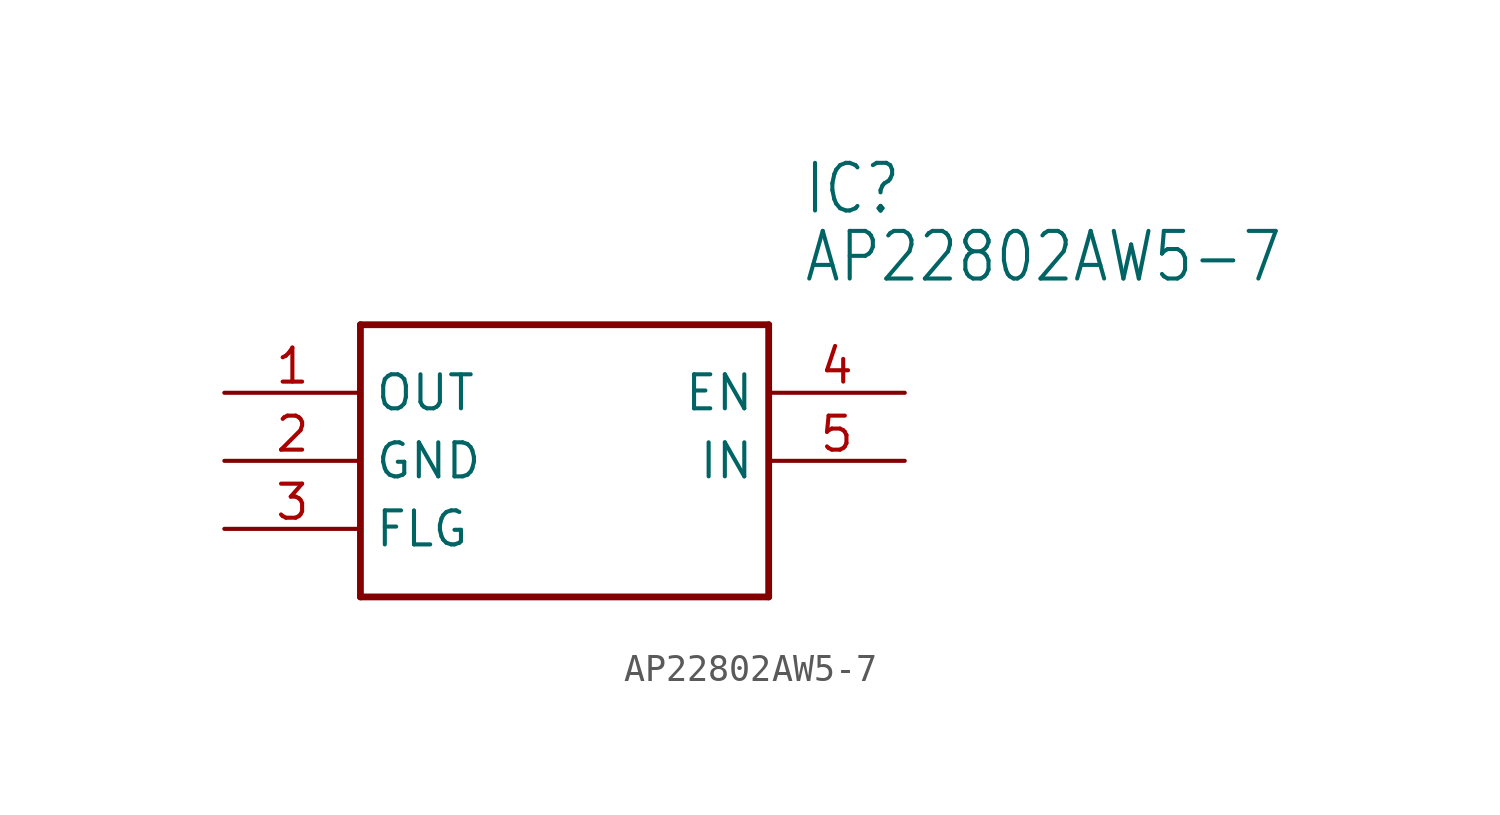
<source format=kicad_sym>
(kicad_symbol_lib
  (version 20211014)
  (generator kicad_symbol_editor)
  (symbol "AP22802AW5-7"
    (property "Reference" "IC"
      (at 21.59 7.62 0)
      (effects (font (size 1.778 1.511)) (justify left)))
    (property "Value" "AP22802AW5-7"
      (at 21.59 5.08 0)
      (effects (font (size 1.778 1.511)) (justify left)))
    (property "ki_locked" ""
      (at 0 0 0)
      (effects (font (size 1.27 1.27))))
    (symbol "AP22802AW5-7_1_0"
      (polyline (pts (xy 5.08 2.54) (xy 5.08 -7.62)) (stroke (width 0.254) (type default) (color 0 0 0 0)) (fill (type none)))
      (polyline (pts (xy 5.08 2.54) (xy 20.32 2.54)) (stroke (width 0.254) (type default) (color 0 0 0 0)) (fill (type none)))
      (polyline (pts (xy 20.32 -7.62) (xy 5.08 -7.62)) (stroke (width 0.254) (type default) (color 0 0 0 0)) (fill (type none)))
      (polyline (pts (xy 20.32 -7.62) (xy 20.32 2.54)) (stroke (width 0.254) (type default) (color 0 0 0 0)) (fill (type none)))
      (pin power_in line (at 0 0 0) (length 5.08) (name "OUT" (effects (font (size 1.27 1.27)))) (number "1" (effects (font (size 1.27 1.27)))))
      (pin power_in line (at 0 -2.54 0) (length 5.08) (name "GND" (effects (font (size 1.27 1.27)))) (number "2" (effects (font (size 1.27 1.27)))))
      (pin output line (at 0 -5.08 0) (length 5.08) (name "FLG" (effects (font (size 1.27 1.27)))) (number "3" (effects (font (size 1.27 1.27)))))
      (pin input line (at 25.4 0 180) (length 5.08) (name "EN" (effects (font (size 1.27 1.27)))) (number "4" (effects (font (size 1.27 1.27)))))
      (pin power_in line (at 25.4 -2.54 180) (length 5.08) (name "IN" (effects (font (size 1.27 1.27)))) (number "5" (effects (font (size 1.27 1.27))))))))
</source>
